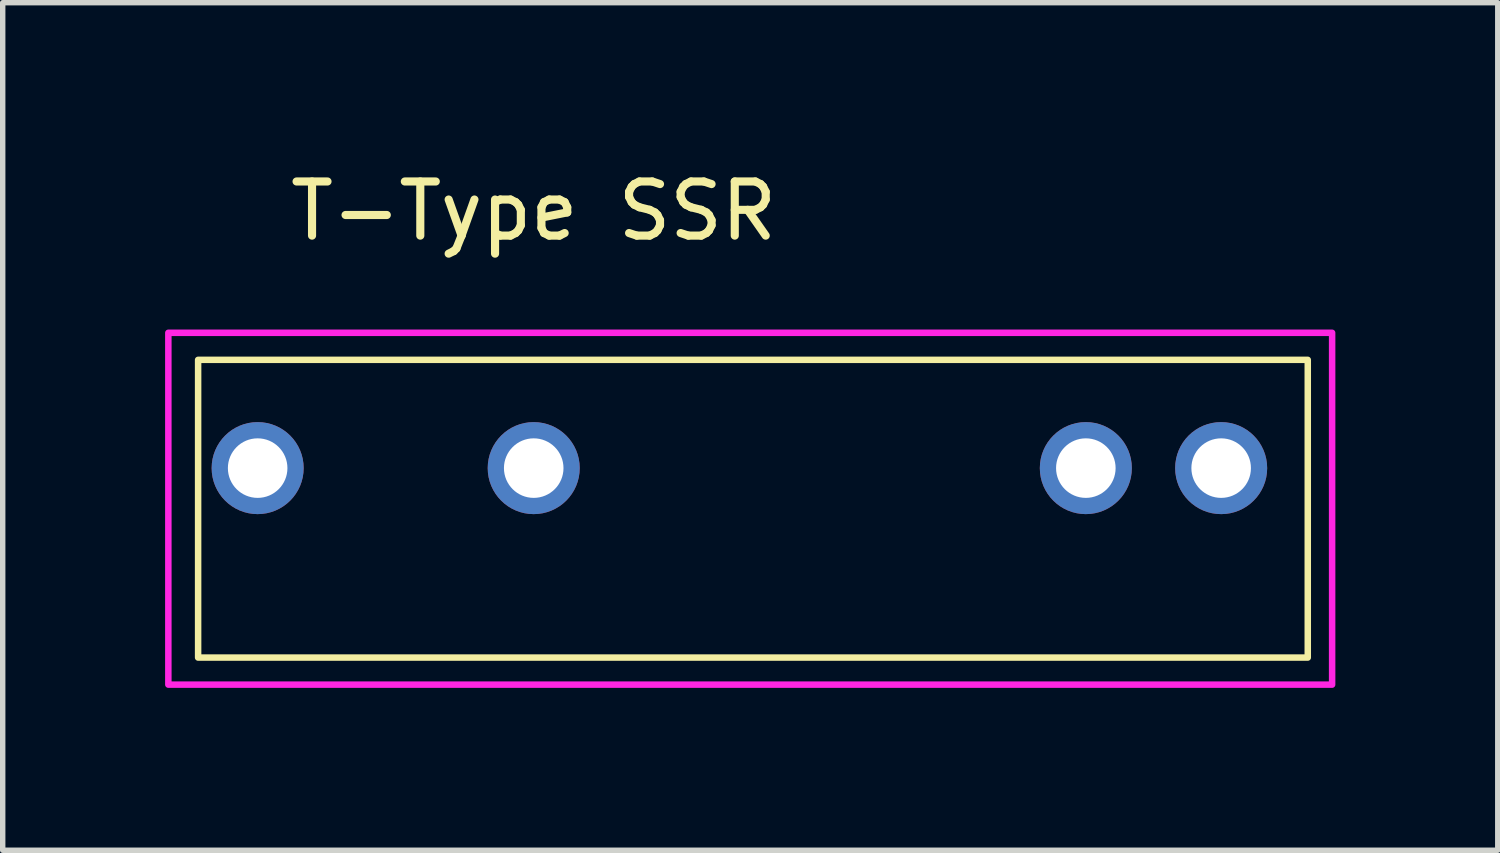
<source format=kicad_pcb>
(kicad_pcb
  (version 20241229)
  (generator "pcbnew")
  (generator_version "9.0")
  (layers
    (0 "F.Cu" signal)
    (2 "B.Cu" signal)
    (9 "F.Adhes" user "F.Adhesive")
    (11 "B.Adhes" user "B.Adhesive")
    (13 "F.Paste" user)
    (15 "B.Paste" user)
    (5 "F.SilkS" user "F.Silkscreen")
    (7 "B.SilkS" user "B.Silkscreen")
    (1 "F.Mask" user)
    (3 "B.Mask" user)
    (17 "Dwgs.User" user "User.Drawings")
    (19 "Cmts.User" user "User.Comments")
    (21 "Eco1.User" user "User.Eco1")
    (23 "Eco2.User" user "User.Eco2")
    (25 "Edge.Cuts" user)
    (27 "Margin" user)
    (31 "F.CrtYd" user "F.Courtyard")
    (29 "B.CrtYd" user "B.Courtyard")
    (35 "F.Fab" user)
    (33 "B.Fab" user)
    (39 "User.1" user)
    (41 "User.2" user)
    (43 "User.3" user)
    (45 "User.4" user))
  (footprint "T-Type SSR"
    (layer "F.Cu")
    (at 6.81 5.598)
    (property "Reference" "T-Type SSR" (at 0 -4.75 0) (unlocked yes) (layer "F.SilkS") (effects (font (size 1 1) (thickness 0.15))))
    (attr through_hole)
    (fp_rect (start -6.2 -2) (end 14.3 3.5) (stroke (width 0.12) (type solid)) (fill no) (layer "F.SilkS"))
    (fp_rect (start -6.75 -2.5) (end 14.75 4) (stroke (width 0.12) (type solid)) (fill no) (layer "F.CrtYd"))
    (pad "1" thru_hole circle (at -5.1 0) (size 1.7 1.7) (drill 1.1) (layers "*.Cu" "*.Mask"))
    (pad "2" thru_hole circle (at 0 0) (size 1.7 1.7) (drill 1.1) (layers "*.Cu" "*.Mask"))
    (pad "3" thru_hole circle (at 10.2 0) (size 1.7 1.7) (drill 1.1) (layers "*.Cu" "*.Mask"))
    (pad "4" thru_hole circle (at 12.7 0) (size 1.7 1.7) (drill 1.1) (layers "*.Cu" "*.Mask")))
  (gr_rect
    (start -3 -3)
    (end 24.62 12.658)
    (stroke (width 0.1) (type default))
    (fill no)
    (layer "Edge.Cuts")))
</source>
